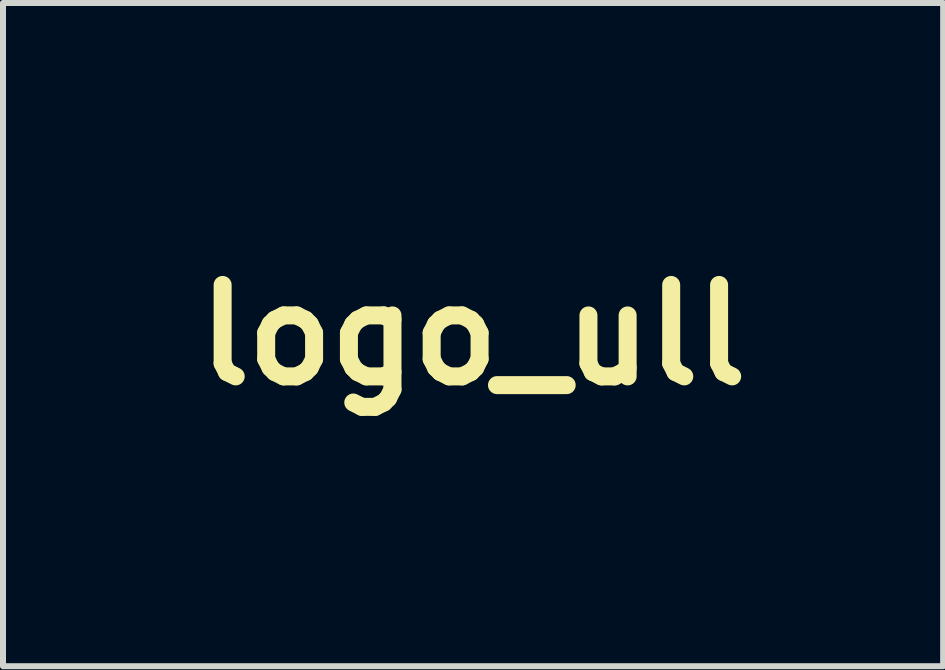
<source format=kicad_pcb>
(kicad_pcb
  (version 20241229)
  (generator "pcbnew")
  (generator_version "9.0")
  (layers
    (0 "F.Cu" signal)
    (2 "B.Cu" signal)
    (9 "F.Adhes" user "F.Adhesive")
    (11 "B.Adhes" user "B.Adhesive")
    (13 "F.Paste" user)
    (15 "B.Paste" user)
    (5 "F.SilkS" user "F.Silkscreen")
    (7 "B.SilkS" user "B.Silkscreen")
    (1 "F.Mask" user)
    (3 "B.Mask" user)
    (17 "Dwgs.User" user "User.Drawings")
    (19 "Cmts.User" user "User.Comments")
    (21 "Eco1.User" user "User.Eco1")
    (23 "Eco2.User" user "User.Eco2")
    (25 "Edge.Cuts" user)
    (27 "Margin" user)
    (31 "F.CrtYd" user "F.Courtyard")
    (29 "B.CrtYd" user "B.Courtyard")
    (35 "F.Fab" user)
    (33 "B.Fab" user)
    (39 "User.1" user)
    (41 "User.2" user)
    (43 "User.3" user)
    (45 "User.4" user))
  (footprint "logo_ull"
    (layer "F.Cu")
    (at 4.833 2.533)
    (property "Reference" "logo_ull" (at 0 0 0) (layer "F.SilkS") (effects (font (size 1.524 1.524) (thickness 0.3))))
    (attr through_hole)
    (fp_poly (pts (xy 1.609 0.905) (xy 3.218 0.905) (xy 3.216 0.941) (xy 3.214 0.977) (xy 2.413 1.745) (xy 1.612 2.513) (xy 0.786 2.514) (xy -0.039 2.514) (xy -0.041 1.776) (xy -0.042 1.038) (xy -0.808 1.776) (xy -1.573 2.514) (xy -3.224 2.514) (xy -3.224 0.747) (xy -3.224 -1.019) (xy -2.443 -1.771) (xy -1.662 -2.524) (xy -1.619 -2.526) (xy -1.576 -2.528) (xy -1.576 0.905) (xy -0.039 0.905) (xy -0.039 -0.057) (xy -0.039 -1.019) (xy 0.747 -1.771) (xy 1.533 -2.524) (xy 1.571 -2.526) (xy 1.609 -2.528) (xy 1.609 0.905)) (stroke (width 0.01) (type solid)) (fill no) (layer "Eco2.User")))
  (gr_rect
    (start -3 -3)
    (end 12.667 8.052)
    (stroke (width 0.1) (type default))
    (fill no)
    (layer "Edge.Cuts")))
</source>
